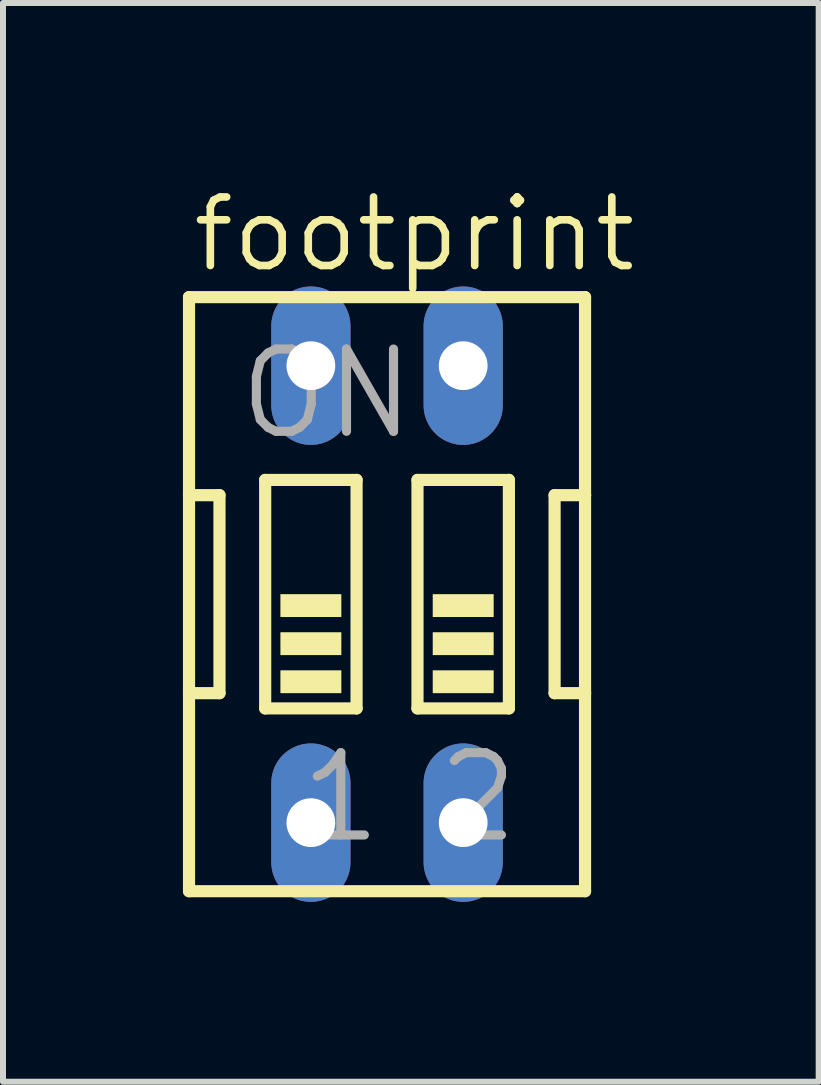
<source format=kicad_pcb>
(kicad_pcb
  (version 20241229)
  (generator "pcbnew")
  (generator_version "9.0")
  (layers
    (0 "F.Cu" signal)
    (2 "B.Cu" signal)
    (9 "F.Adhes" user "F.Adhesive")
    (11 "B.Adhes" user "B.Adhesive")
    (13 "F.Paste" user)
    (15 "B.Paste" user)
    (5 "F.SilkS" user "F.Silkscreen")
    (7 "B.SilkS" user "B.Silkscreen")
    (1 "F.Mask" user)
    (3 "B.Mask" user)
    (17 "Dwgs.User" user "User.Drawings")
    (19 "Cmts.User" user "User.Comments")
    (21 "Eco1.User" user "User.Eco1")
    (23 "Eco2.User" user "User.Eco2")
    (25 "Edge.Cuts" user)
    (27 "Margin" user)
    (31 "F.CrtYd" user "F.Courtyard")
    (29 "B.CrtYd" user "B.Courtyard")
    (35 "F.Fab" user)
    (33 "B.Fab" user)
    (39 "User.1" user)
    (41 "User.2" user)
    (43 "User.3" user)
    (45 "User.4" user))
  (footprint "footprint"
    (layer "F.Cu")
    (at 3.404 6.858)
    (property "Reference" "footprint" (at -3.302 -5.334 0) (layer "F.SilkS") (effects (font (size 1.143 1.143) (thickness 0.127)) (justify left bottom)))
    (fp_line (start -3.302 -4.953) (end -3.302 -1.651) (stroke (width 0.203) (type solid)) (layer "F.SilkS"))
    (fp_line (start -3.302 -1.651) (end -3.302 1.651) (stroke (width 0.203) (type solid)) (layer "F.SilkS"))
    (fp_line (start -3.302 1.651) (end -3.302 4.953) (stroke (width 0.203) (type solid)) (layer "F.SilkS"))
    (fp_line (start -3.302 1.651) (end -2.794 1.651) (stroke (width 0.203) (type solid)) (layer "F.SilkS"))
    (fp_line (start -3.302 4.953) (end 3.302 4.953) (stroke (width 0.203) (type solid)) (layer "F.SilkS"))
    (fp_line (start -2.794 -1.651) (end -3.302 -1.651) (stroke (width 0.203) (type solid)) (layer "F.SilkS"))
    (fp_line (start -2.794 1.651) (end -2.794 -1.651) (stroke (width 0.203) (type solid)) (layer "F.SilkS"))
    (fp_line (start -2.032 -1.905) (end -2.032 1.905) (stroke (width 0.203) (type solid)) (layer "F.SilkS"))
    (fp_line (start -2.032 -1.905) (end -0.508 -1.905) (stroke (width 0.203) (type solid)) (layer "F.SilkS"))
    (fp_line (start -0.508 1.905) (end -2.032 1.905) (stroke (width 0.203) (type solid)) (layer "F.SilkS"))
    (fp_line (start -0.508 1.905) (end -0.508 -1.905) (stroke (width 0.203) (type solid)) (layer "F.SilkS"))
    (fp_line (start 0.508 -1.905) (end 0.508 1.905) (stroke (width 0.203) (type solid)) (layer "F.SilkS"))
    (fp_line (start 0.508 -1.905) (end 2.032 -1.905) (stroke (width 0.203) (type solid)) (layer "F.SilkS"))
    (fp_line (start 2.032 1.905) (end 0.508 1.905) (stroke (width 0.203) (type solid)) (layer "F.SilkS"))
    (fp_line (start 2.032 1.905) (end 2.032 -1.905) (stroke (width 0.203) (type solid)) (layer "F.SilkS"))
    (fp_line (start 2.794 -1.651) (end 2.794 1.651) (stroke (width 0.203) (type solid)) (layer "F.SilkS"))
    (fp_line (start 2.794 1.651) (end 3.302 1.651) (stroke (width 0.203) (type solid)) (layer "F.SilkS"))
    (fp_line (start 3.302 -4.953) (end -3.302 -4.953) (stroke (width 0.203) (type solid)) (layer "F.SilkS"))
    (fp_line (start 3.302 -1.651) (end 2.794 -1.651) (stroke (width 0.203) (type solid)) (layer "F.SilkS"))
    (fp_line (start 3.302 -1.651) (end 3.302 -4.953) (stroke (width 0.203) (type solid)) (layer "F.SilkS"))
    (fp_line (start 3.302 1.651) (end 3.302 -1.651) (stroke (width 0.203) (type solid)) (layer "F.SilkS"))
    (fp_line (start 3.302 4.953) (end 3.302 1.651) (stroke (width 0.203) (type solid)) (layer "F.SilkS"))
    (fp_poly (pts (xy -1.778 0.381) (xy -0.762 0.381) (xy -0.762 0) (xy -1.778 0)) (stroke (width 0) (type solid)) (fill yes) (layer "F.SilkS"))
    (fp_poly (pts (xy -1.778 1.016) (xy -0.762 1.016) (xy -0.762 0.635) (xy -1.778 0.635)) (stroke (width 0) (type solid)) (fill yes) (layer "F.SilkS"))
    (fp_poly (pts (xy -1.778 1.651) (xy -0.762 1.651) (xy -0.762 1.27) (xy -1.778 1.27)) (stroke (width 0) (type solid)) (fill yes) (layer "F.SilkS"))
    (fp_poly (pts (xy 0.762 0.381) (xy 1.778 0.381) (xy 1.778 0) (xy 0.762 0)) (stroke (width 0) (type solid)) (fill yes) (layer "F.SilkS"))
    (fp_poly (pts (xy 0.762 1.016) (xy 1.778 1.016) (xy 1.778 0.635) (xy 0.762 0.635)) (stroke (width 0) (type solid)) (fill yes) (layer "F.SilkS"))
    (fp_poly (pts (xy 0.762 1.651) (xy 1.778 1.651) (xy 1.778 1.27) (xy 0.762 1.27)) (stroke (width 0) (type solid)) (fill yes) (layer "F.SilkS"))
    (fp_text user "2" (at 0.762 4.191 0) (layer "F.Fab") (effects (font (size 1.372 1.372) (thickness 0.152)) (justify left bottom)))
    (fp_text user "ON" (at -2.54 -2.54 0) (layer "F.Fab") (effects (font (size 1.372 1.372) (thickness 0.152)) (justify left bottom)))
    (fp_text user "1" (at -1.524 4.191 0) (layer "F.Fab") (effects (font (size 1.372 1.372) (thickness 0.152)) (justify left bottom)))
    (pad "1" thru_hole oval (at -1.27 3.81 90) (size 2.642 1.321) (drill 0.813) (layers "*.Cu" "*.Mask"))
    (pad "2" thru_hole oval (at 1.27 3.81 90) (size 2.642 1.321) (drill 0.813) (layers "*.Cu" "*.Mask"))
    (pad "3" thru_hole oval (at 1.27 -3.81 90) (size 2.642 1.321) (drill 0.813) (layers "*.Cu" "*.Mask"))
    (pad "4" thru_hole oval (at -1.27 -3.81 90) (size 2.642 1.321) (drill 0.813) (layers "*.Cu" "*.Mask")))
  (gr_rect
    (start -3 -3)
    (end 10.602 14.989)
    (stroke (width 0.1) (type default))
    (fill no)
    (layer "Edge.Cuts")))
</source>
